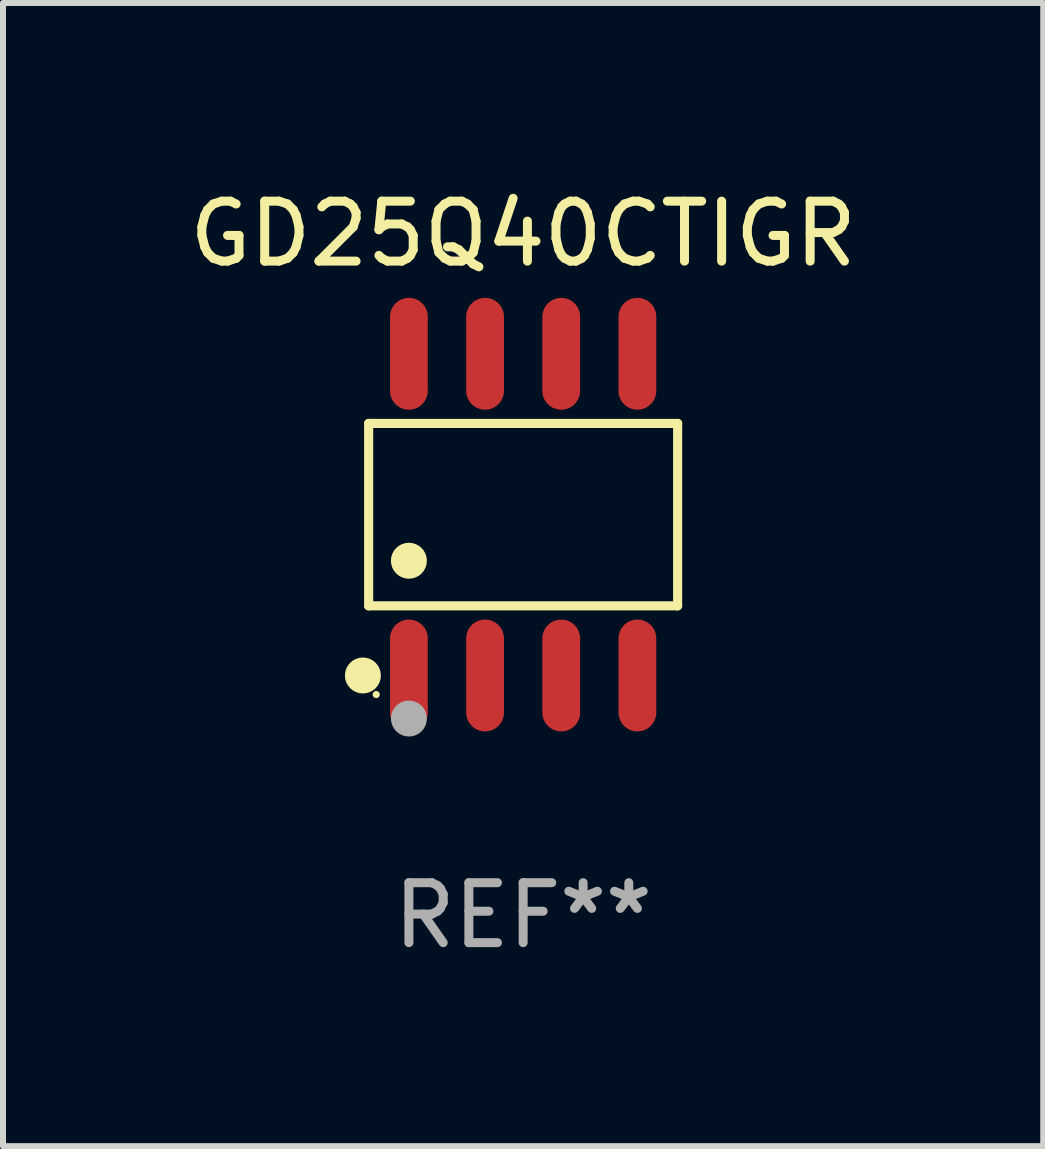
<source format=kicad_pcb>
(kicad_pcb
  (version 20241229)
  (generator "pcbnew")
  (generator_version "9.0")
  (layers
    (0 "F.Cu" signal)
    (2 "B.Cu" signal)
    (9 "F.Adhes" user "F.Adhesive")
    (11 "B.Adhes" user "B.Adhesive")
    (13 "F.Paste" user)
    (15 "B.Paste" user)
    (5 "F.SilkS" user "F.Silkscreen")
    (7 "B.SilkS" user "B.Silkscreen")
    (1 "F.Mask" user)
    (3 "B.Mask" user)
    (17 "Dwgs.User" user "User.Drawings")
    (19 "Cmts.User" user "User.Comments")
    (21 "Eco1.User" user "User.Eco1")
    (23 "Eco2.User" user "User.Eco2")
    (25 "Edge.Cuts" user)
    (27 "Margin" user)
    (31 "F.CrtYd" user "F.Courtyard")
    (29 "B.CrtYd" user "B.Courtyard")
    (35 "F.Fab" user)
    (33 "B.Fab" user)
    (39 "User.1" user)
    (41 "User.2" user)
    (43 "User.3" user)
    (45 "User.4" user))
  (footprint "GD25Q40CTIGR"
    (layer "F.Cu")
    (at 5.673 5.531)
    (property "Reference" "GD25Q40CTIGR" (at 0 -4.682 0) (layer "F.SilkS") (effects (font (size 1 1) (thickness 0.15))))
    (attr through_hole)
    (fp_line (start -2.576 -1.521) (end 2.576 -1.521) (stroke (width 0.152) (type solid)) (layer "F.SilkS"))
    (fp_line (start -2.576 1.521) (end -2.576 -1.521) (stroke (width 0.152) (type solid)) (layer "F.SilkS"))
    (fp_line (start 2.576 -1.521) (end 2.576 1.521) (stroke (width 0.152) (type solid)) (layer "F.SilkS"))
    (fp_line (start 2.576 1.521) (end -2.576 1.521) (stroke (width 0.152) (type solid)) (layer "F.SilkS"))
    (fp_circle (center -2.672 2.682) (end -2.522 2.682) (stroke (width 0.3) (type solid)) (fill no) (layer "F.SilkS"))
    (fp_circle (center -2.45 3) (end -2.42 3) (stroke (width 0.06) (type solid)) (fill no) (layer "F.SilkS"))
    (fp_circle (center -1.905 0.769) (end -1.755 0.769) (stroke (width 0.3) (type solid)) (fill no) (layer "F.SilkS"))
    (fp_circle (center -1.905 3.4) (end -1.755 3.4) (stroke (width 0.3) (type solid)) (fill no) (layer "F.Fab"))
    (fp_text user "REF**" (at 0 6.682 0) (layer "F.Fab") (effects (font (size 1 1) (thickness 0.15))))
    (pad "1" smd oval (at -1.905 2.682) (size 0.63 1.865) (layers "F.Cu" "F.Mask" "F.Paste"))
    (pad "2" smd oval (at -0.635 2.682) (size 0.63 1.865) (layers "F.Cu" "F.Mask" "F.Paste"))
    (pad "3" smd oval (at 0.635 2.682) (size 0.63 1.865) (layers "F.Cu" "F.Mask" "F.Paste"))
    (pad "4" smd oval (at 1.905 2.682) (size 0.63 1.865) (layers "F.Cu" "F.Mask" "F.Paste"))
    (pad "5" smd oval (at 1.905 -2.682) (size 0.63 1.865) (layers "F.Cu" "F.Mask" "F.Paste"))
    (pad "6" smd oval (at 0.635 -2.682) (size 0.63 1.865) (layers "F.Cu" "F.Mask" "F.Paste"))
    (pad "7" smd oval (at -0.635 -2.682) (size 0.63 1.865) (layers "F.Cu" "F.Mask" "F.Paste"))
    (pad "8" smd oval (at -1.905 -2.682) (size 0.63 1.865) (layers "F.Cu" "F.Mask" "F.Paste")))
  (gr_rect
    (start -3 -3)
    (end 14.345 16.061)
    (stroke (width 0.1) (type default))
    (fill no)
    (layer "Edge.Cuts")))
</source>
